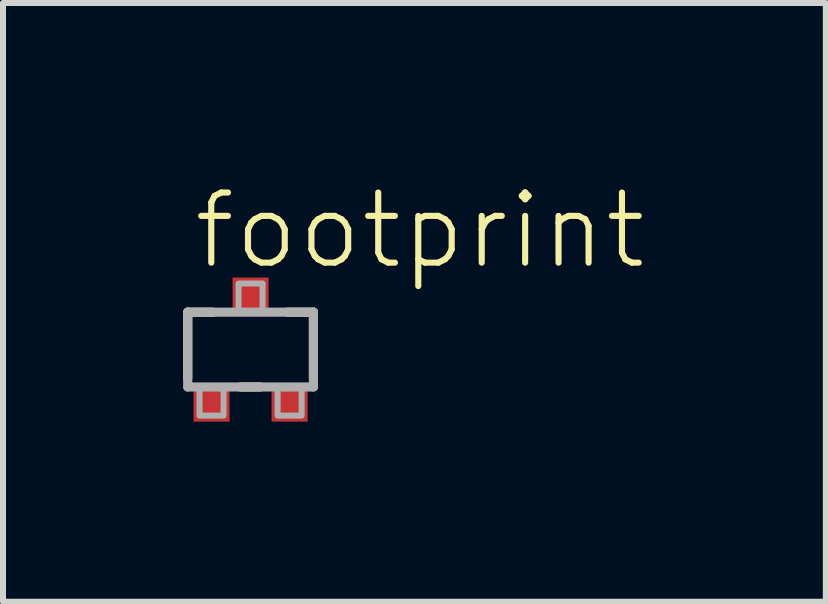
<source format=kicad_pcb>
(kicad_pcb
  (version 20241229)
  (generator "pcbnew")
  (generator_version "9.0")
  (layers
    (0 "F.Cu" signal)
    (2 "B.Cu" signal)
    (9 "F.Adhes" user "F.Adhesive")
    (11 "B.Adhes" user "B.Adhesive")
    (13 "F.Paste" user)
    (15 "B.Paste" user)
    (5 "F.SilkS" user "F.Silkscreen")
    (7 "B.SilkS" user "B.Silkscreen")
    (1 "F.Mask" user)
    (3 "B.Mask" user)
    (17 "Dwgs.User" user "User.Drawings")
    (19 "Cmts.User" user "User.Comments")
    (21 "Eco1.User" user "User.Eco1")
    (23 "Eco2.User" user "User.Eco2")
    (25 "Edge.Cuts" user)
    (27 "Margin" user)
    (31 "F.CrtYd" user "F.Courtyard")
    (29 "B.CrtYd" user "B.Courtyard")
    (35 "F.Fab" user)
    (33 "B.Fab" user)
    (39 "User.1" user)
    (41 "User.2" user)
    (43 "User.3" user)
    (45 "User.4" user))
  (footprint "footprint"
    (layer "F.Cu")
    (at 1.124 2.773)
    (property "Reference" "footprint" (at -1 -1.3 0) (layer "F.SilkS") (effects (font (size 1.168 1.168) (thickness 0.102)) (justify left bottom)))
    (fp_line (start -1.047 -0.623) (end -0.623 -0.623) (stroke (width 0.152) (type solid)) (layer "F.SilkS"))
    (fp_line (start -1.047 0.473) (end -1.047 -0.623) (stroke (width 0.152) (type solid)) (layer "F.SilkS"))
    (fp_line (start 0.165 0.623) (end -0.165 0.623) (stroke (width 0.152) (type solid)) (layer "F.SilkS"))
    (fp_line (start 0.623 -0.623) (end 1.047 -0.623) (stroke (width 0.152) (type solid)) (layer "F.SilkS"))
    (fp_line (start 1.047 -0.623) (end 1.047 0.473) (stroke (width 0.152) (type solid)) (layer "F.SilkS"))
    (fp_line (start -1.047 -0.623) (end 1.047 -0.623) (stroke (width 0.152) (type solid)) (layer "F.Fab"))
    (fp_line (start -1.047 0.623) (end -1.047 -0.623) (stroke (width 0.152) (type solid)) (layer "F.Fab"))
    (fp_line (start 1.047 -0.623) (end 1.047 0.623) (stroke (width 0.152) (type solid)) (layer "F.Fab"))
    (fp_line (start 1.047 0.623) (end -1.047 0.623) (stroke (width 0.152) (type solid)) (layer "F.Fab"))
    (fp_poly (pts (xy -0.45 0.625) (xy -0.85 0.625) (xy -0.85 1.1) (xy -0.45 1.1)) (stroke (width 0.1) (type solid)) (fill no) (layer "F.Fab"))
    (fp_poly (pts (xy -0.2 -0.625) (xy 0.2 -0.625) (xy 0.2 -1.1) (xy -0.2 -1.1)) (stroke (width 0.1) (type solid)) (fill no) (layer "F.Fab"))
    (fp_poly (pts (xy 0.85 0.625) (xy 0.45 0.625) (xy 0.45 1.1) (xy 0.85 1.1)) (stroke (width 0.1) (type solid)) (fill no) (layer "F.Fab"))
    (pad "1" smd rect (at -0.65 0.925) (size 0.6 0.55) (layers "F.Cu" "F.Mask" "F.Paste"))
    (pad "2" smd rect (at 0.65 0.925) (size 0.6 0.55) (layers "F.Cu" "F.Mask" "F.Paste"))
    (pad "3" smd rect (at 0 -0.925) (size 0.6 0.55) (layers "F.Cu" "F.Mask" "F.Paste")))
  (gr_rect
    (start -3 -3)
    (end 10.706 6.973)
    (stroke (width 0.1) (type default))
    (fill no)
    (layer "Edge.Cuts")))
</source>
